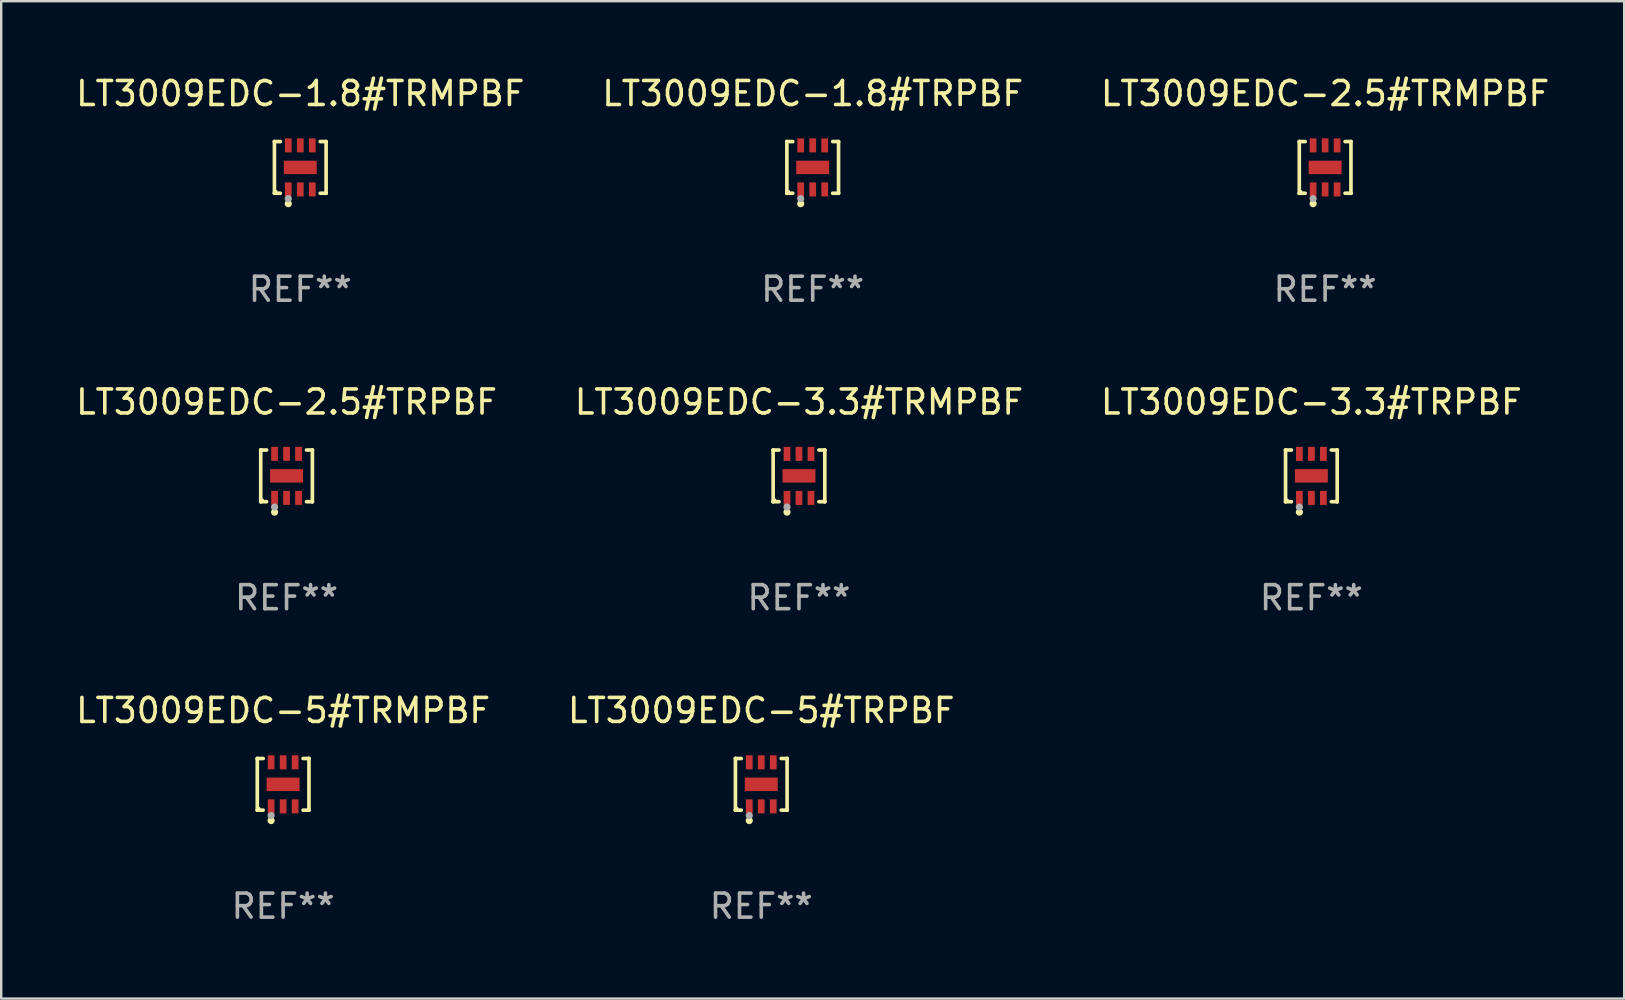
<source format=kicad_pcb>
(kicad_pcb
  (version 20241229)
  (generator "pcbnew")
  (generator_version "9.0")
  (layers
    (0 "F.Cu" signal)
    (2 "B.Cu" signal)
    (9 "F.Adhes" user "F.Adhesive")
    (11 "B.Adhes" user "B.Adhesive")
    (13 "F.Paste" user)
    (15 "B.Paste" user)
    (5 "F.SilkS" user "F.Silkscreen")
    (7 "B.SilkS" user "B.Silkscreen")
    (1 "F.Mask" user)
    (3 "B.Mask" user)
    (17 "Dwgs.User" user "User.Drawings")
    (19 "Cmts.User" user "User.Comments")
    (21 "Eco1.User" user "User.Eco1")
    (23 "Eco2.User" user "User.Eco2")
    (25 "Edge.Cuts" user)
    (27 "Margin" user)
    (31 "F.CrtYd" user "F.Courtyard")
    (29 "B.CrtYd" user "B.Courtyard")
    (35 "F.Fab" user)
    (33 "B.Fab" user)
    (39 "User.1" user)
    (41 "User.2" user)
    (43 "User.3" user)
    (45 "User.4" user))
  (footprint "LT3009EDC-2.5#TRMPBF"
    (layer "F.Cu")
    (at 52.149 3.924)
    (property "Reference" "LT3009EDC-2.5#TRMPBF" (at 0 -3.076 0) (layer "F.SilkS") (effects (font (size 1 1) (thickness 0.15))))
    (attr through_hole)
    (fp_line (start -1.076 -1.076) (end -1.076 -1.076) (stroke (width 0.152) (type solid)) (layer "F.SilkS"))
    (fp_line (start -1.076 -1.076) (end -0.831 -1.076) (stroke (width 0.152) (type solid)) (layer "F.SilkS"))
    (fp_line (start -1.076 1.076) (end -1.076 -1.076) (stroke (width 0.152) (type solid)) (layer "F.SilkS"))
    (fp_line (start -1.076 1.076) (end -1.076 1.076) (stroke (width 0.152) (type solid)) (layer "F.SilkS"))
    (fp_line (start -0.831 1.076) (end -1.076 1.076) (stroke (width 0.152) (type solid)) (layer "F.SilkS"))
    (fp_line (start 0.831 1.076) (end 1.076 1.076) (stroke (width 0.152) (type solid)) (layer "F.SilkS"))
    (fp_line (start 1.076 -1.076) (end 0.831 -1.076) (stroke (width 0.152) (type solid)) (layer "F.SilkS"))
    (fp_line (start 1.076 -1.076) (end 1.076 -1.076) (stroke (width 0.152) (type solid)) (layer "F.SilkS"))
    (fp_line (start 1.076 1.076) (end 1.076 -1.076) (stroke (width 0.152) (type solid)) (layer "F.SilkS"))
    (fp_line (start 1.076 1.076) (end 1.076 1.076) (stroke (width 0.152) (type solid)) (layer "F.SilkS"))
    (fp_circle (center -1 1) (end -0.97 1) (stroke (width 0.06) (type solid)) (fill no) (layer "F.SilkS"))
    (fp_circle (center -0.5 1.51) (end -0.425 1.51) (stroke (width 0.15) (type solid)) (fill no) (layer "F.SilkS"))
    (fp_circle (center -0.5 1.3) (end -0.425 1.3) (stroke (width 0.15) (type solid)) (fill no) (layer "F.Fab"))
    (fp_text user "REF**" (at 0 5.076 0) (layer "F.Fab") (effects (font (size 1 1) (thickness 0.15))))
    (pad "1" smd rect (at -0.5 0.917) (size 0.28 0.585) (layers "F.Cu" "F.Mask" "F.Paste"))
    (pad "2" smd rect (at 0 0.917) (size 0.28 0.585) (layers "F.Cu" "F.Mask" "F.Paste"))
    (pad "3" smd rect (at 0.5 0.917) (size 0.28 0.585) (layers "F.Cu" "F.Mask" "F.Paste"))
    (pad "4" smd rect (at 0.5 -0.917) (size 0.28 0.585) (layers "F.Cu" "F.Mask" "F.Paste"))
    (pad "5" smd rect (at 0 -0.917) (size 0.28 0.585) (layers "F.Cu" "F.Mask" "F.Paste"))
    (pad "6" smd rect (at -0.5 -0.917) (size 0.28 0.585) (layers "F.Cu" "F.Mask" "F.Paste"))
    (pad "7" smd rect (at 0 0) (size 1.37 0.56) (layers "F.Cu" "F.Mask" "F.Paste")))
  (footprint "LT3009EDC-5#TRPBF"
    (layer "F.Cu")
    (at 28.661 29.622)
    (property "Reference" "LT3009EDC-5#TRPBF" (at 0 -3.076 0) (layer "F.SilkS") (effects (font (size 1 1) (thickness 0.15))))
    (attr through_hole)
    (fp_line (start -1.076 -1.076) (end -1.076 -1.076) (stroke (width 0.152) (type solid)) (layer "F.SilkS"))
    (fp_line (start -1.076 -1.076) (end -0.831 -1.076) (stroke (width 0.152) (type solid)) (layer "F.SilkS"))
    (fp_line (start -1.076 1.076) (end -1.076 -1.076) (stroke (width 0.152) (type solid)) (layer "F.SilkS"))
    (fp_line (start -1.076 1.076) (end -1.076 1.076) (stroke (width 0.152) (type solid)) (layer "F.SilkS"))
    (fp_line (start -0.831 1.076) (end -1.076 1.076) (stroke (width 0.152) (type solid)) (layer "F.SilkS"))
    (fp_line (start 0.831 1.076) (end 1.076 1.076) (stroke (width 0.152) (type solid)) (layer "F.SilkS"))
    (fp_line (start 1.076 -1.076) (end 0.831 -1.076) (stroke (width 0.152) (type solid)) (layer "F.SilkS"))
    (fp_line (start 1.076 -1.076) (end 1.076 -1.076) (stroke (width 0.152) (type solid)) (layer "F.SilkS"))
    (fp_line (start 1.076 1.076) (end 1.076 -1.076) (stroke (width 0.152) (type solid)) (layer "F.SilkS"))
    (fp_line (start 1.076 1.076) (end 1.076 1.076) (stroke (width 0.152) (type solid)) (layer "F.SilkS"))
    (fp_circle (center -1 1) (end -0.97 1) (stroke (width 0.06) (type solid)) (fill no) (layer "F.SilkS"))
    (fp_circle (center -0.5 1.51) (end -0.425 1.51) (stroke (width 0.15) (type solid)) (fill no) (layer "F.SilkS"))
    (fp_circle (center -0.5 1.3) (end -0.425 1.3) (stroke (width 0.15) (type solid)) (fill no) (layer "F.Fab"))
    (fp_text user "REF**" (at 0 5.076 0) (layer "F.Fab") (effects (font (size 1 1) (thickness 0.15))))
    (pad "1" smd rect (at -0.5 0.917) (size 0.28 0.585) (layers "F.Cu" "F.Mask" "F.Paste"))
    (pad "2" smd rect (at 0 0.917) (size 0.28 0.585) (layers "F.Cu" "F.Mask" "F.Paste"))
    (pad "3" smd rect (at 0.5 0.917) (size 0.28 0.585) (layers "F.Cu" "F.Mask" "F.Paste"))
    (pad "4" smd rect (at 0.5 -0.917) (size 0.28 0.585) (layers "F.Cu" "F.Mask" "F.Paste"))
    (pad "5" smd rect (at 0 -0.917) (size 0.28 0.585) (layers "F.Cu" "F.Mask" "F.Paste"))
    (pad "6" smd rect (at -0.5 -0.917) (size 0.28 0.585) (layers "F.Cu" "F.Mask" "F.Paste"))
    (pad "7" smd rect (at 0 0) (size 1.37 0.56) (layers "F.Cu" "F.Mask" "F.Paste")))
  (footprint "LT3009EDC-5#TRMPBF"
    (layer "F.Cu")
    (at 8.744 29.622)
    (property "Reference" "LT3009EDC-5#TRMPBF" (at 0 -3.076 0) (layer "F.SilkS") (effects (font (size 1 1) (thickness 0.15))))
    (attr through_hole)
    (fp_line (start -1.076 -1.076) (end -1.076 -1.076) (stroke (width 0.152) (type solid)) (layer "F.SilkS"))
    (fp_line (start -1.076 -1.076) (end -0.831 -1.076) (stroke (width 0.152) (type solid)) (layer "F.SilkS"))
    (fp_line (start -1.076 1.076) (end -1.076 -1.076) (stroke (width 0.152) (type solid)) (layer "F.SilkS"))
    (fp_line (start -1.076 1.076) (end -1.076 1.076) (stroke (width 0.152) (type solid)) (layer "F.SilkS"))
    (fp_line (start -0.831 1.076) (end -1.076 1.076) (stroke (width 0.152) (type solid)) (layer "F.SilkS"))
    (fp_line (start 0.831 1.076) (end 1.076 1.076) (stroke (width 0.152) (type solid)) (layer "F.SilkS"))
    (fp_line (start 1.076 -1.076) (end 0.831 -1.076) (stroke (width 0.152) (type solid)) (layer "F.SilkS"))
    (fp_line (start 1.076 -1.076) (end 1.076 -1.076) (stroke (width 0.152) (type solid)) (layer "F.SilkS"))
    (fp_line (start 1.076 1.076) (end 1.076 -1.076) (stroke (width 0.152) (type solid)) (layer "F.SilkS"))
    (fp_line (start 1.076 1.076) (end 1.076 1.076) (stroke (width 0.152) (type solid)) (layer "F.SilkS"))
    (fp_circle (center -1 1) (end -0.97 1) (stroke (width 0.06) (type solid)) (fill no) (layer "F.SilkS"))
    (fp_circle (center -0.5 1.51) (end -0.425 1.51) (stroke (width 0.15) (type solid)) (fill no) (layer "F.SilkS"))
    (fp_circle (center -0.5 1.3) (end -0.425 1.3) (stroke (width 0.15) (type solid)) (fill no) (layer "F.Fab"))
    (fp_text user "REF**" (at 0 5.076 0) (layer "F.Fab") (effects (font (size 1 1) (thickness 0.15))))
    (pad "1" smd rect (at -0.5 0.917) (size 0.28 0.585) (layers "F.Cu" "F.Mask" "F.Paste"))
    (pad "2" smd rect (at 0 0.917) (size 0.28 0.585) (layers "F.Cu" "F.Mask" "F.Paste"))
    (pad "3" smd rect (at 0.5 0.917) (size 0.28 0.585) (layers "F.Cu" "F.Mask" "F.Paste"))
    (pad "4" smd rect (at 0.5 -0.917) (size 0.28 0.585) (layers "F.Cu" "F.Mask" "F.Paste"))
    (pad "5" smd rect (at 0 -0.917) (size 0.28 0.585) (layers "F.Cu" "F.Mask" "F.Paste"))
    (pad "6" smd rect (at -0.5 -0.917) (size 0.28 0.585) (layers "F.Cu" "F.Mask" "F.Paste"))
    (pad "7" smd rect (at 0 0) (size 1.37 0.56) (layers "F.Cu" "F.Mask" "F.Paste")))
  (footprint "LT3009EDC-3.3#TRPBF"
    (layer "F.Cu")
    (at 51.577 16.773)
    (property "Reference" "LT3009EDC-3.3#TRPBF" (at 0 -3.076 0) (layer "F.SilkS") (effects (font (size 1 1) (thickness 0.15))))
    (attr through_hole)
    (fp_line (start -1.076 -1.076) (end -1.076 -1.076) (stroke (width 0.152) (type solid)) (layer "F.SilkS"))
    (fp_line (start -1.076 -1.076) (end -0.831 -1.076) (stroke (width 0.152) (type solid)) (layer "F.SilkS"))
    (fp_line (start -1.076 1.076) (end -1.076 -1.076) (stroke (width 0.152) (type solid)) (layer "F.SilkS"))
    (fp_line (start -1.076 1.076) (end -1.076 1.076) (stroke (width 0.152) (type solid)) (layer "F.SilkS"))
    (fp_line (start -0.831 1.076) (end -1.076 1.076) (stroke (width 0.152) (type solid)) (layer "F.SilkS"))
    (fp_line (start 0.831 1.076) (end 1.076 1.076) (stroke (width 0.152) (type solid)) (layer "F.SilkS"))
    (fp_line (start 1.076 -1.076) (end 0.831 -1.076) (stroke (width 0.152) (type solid)) (layer "F.SilkS"))
    (fp_line (start 1.076 -1.076) (end 1.076 -1.076) (stroke (width 0.152) (type solid)) (layer "F.SilkS"))
    (fp_line (start 1.076 1.076) (end 1.076 -1.076) (stroke (width 0.152) (type solid)) (layer "F.SilkS"))
    (fp_line (start 1.076 1.076) (end 1.076 1.076) (stroke (width 0.152) (type solid)) (layer "F.SilkS"))
    (fp_circle (center -1 1) (end -0.97 1) (stroke (width 0.06) (type solid)) (fill no) (layer "F.SilkS"))
    (fp_circle (center -0.5 1.51) (end -0.425 1.51) (stroke (width 0.15) (type solid)) (fill no) (layer "F.SilkS"))
    (fp_circle (center -0.5 1.3) (end -0.425 1.3) (stroke (width 0.15) (type solid)) (fill no) (layer "F.Fab"))
    (fp_text user "REF**" (at 0 5.076 0) (layer "F.Fab") (effects (font (size 1 1) (thickness 0.15))))
    (pad "1" smd rect (at -0.5 0.917) (size 0.28 0.585) (layers "F.Cu" "F.Mask" "F.Paste"))
    (pad "2" smd rect (at 0 0.917) (size 0.28 0.585) (layers "F.Cu" "F.Mask" "F.Paste"))
    (pad "3" smd rect (at 0.5 0.917) (size 0.28 0.585) (layers "F.Cu" "F.Mask" "F.Paste"))
    (pad "4" smd rect (at 0.5 -0.917) (size 0.28 0.585) (layers "F.Cu" "F.Mask" "F.Paste"))
    (pad "5" smd rect (at 0 -0.917) (size 0.28 0.585) (layers "F.Cu" "F.Mask" "F.Paste"))
    (pad "6" smd rect (at -0.5 -0.917) (size 0.28 0.585) (layers "F.Cu" "F.Mask" "F.Paste"))
    (pad "7" smd rect (at 0 0) (size 1.37 0.56) (layers "F.Cu" "F.Mask" "F.Paste")))
  (footprint "LT3009EDC-1.8#TRMPBF"
    (layer "F.Cu")
    (at 9.458 3.924)
    (property "Reference" "LT3009EDC-1.8#TRMPBF" (at 0 -3.076 0) (layer "F.SilkS") (effects (font (size 1 1) (thickness 0.15))))
    (attr through_hole)
    (fp_line (start -1.076 -1.076) (end -1.076 -1.076) (stroke (width 0.152) (type solid)) (layer "F.SilkS"))
    (fp_line (start -1.076 -1.076) (end -0.831 -1.076) (stroke (width 0.152) (type solid)) (layer "F.SilkS"))
    (fp_line (start -1.076 1.076) (end -1.076 -1.076) (stroke (width 0.152) (type solid)) (layer "F.SilkS"))
    (fp_line (start -1.076 1.076) (end -1.076 1.076) (stroke (width 0.152) (type solid)) (layer "F.SilkS"))
    (fp_line (start -0.831 1.076) (end -1.076 1.076) (stroke (width 0.152) (type solid)) (layer "F.SilkS"))
    (fp_line (start 0.831 1.076) (end 1.076 1.076) (stroke (width 0.152) (type solid)) (layer "F.SilkS"))
    (fp_line (start 1.076 -1.076) (end 0.831 -1.076) (stroke (width 0.152) (type solid)) (layer "F.SilkS"))
    (fp_line (start 1.076 -1.076) (end 1.076 -1.076) (stroke (width 0.152) (type solid)) (layer "F.SilkS"))
    (fp_line (start 1.076 1.076) (end 1.076 -1.076) (stroke (width 0.152) (type solid)) (layer "F.SilkS"))
    (fp_line (start 1.076 1.076) (end 1.076 1.076) (stroke (width 0.152) (type solid)) (layer "F.SilkS"))
    (fp_circle (center -1 1) (end -0.97 1) (stroke (width 0.06) (type solid)) (fill no) (layer "F.SilkS"))
    (fp_circle (center -0.5 1.51) (end -0.425 1.51) (stroke (width 0.15) (type solid)) (fill no) (layer "F.SilkS"))
    (fp_circle (center -0.5 1.3) (end -0.425 1.3) (stroke (width 0.15) (type solid)) (fill no) (layer "F.Fab"))
    (fp_text user "REF**" (at 0 5.076 0) (layer "F.Fab") (effects (font (size 1 1) (thickness 0.15))))
    (pad "1" smd rect (at -0.5 0.917) (size 0.28 0.585) (layers "F.Cu" "F.Mask" "F.Paste"))
    (pad "2" smd rect (at 0 0.917) (size 0.28 0.585) (layers "F.Cu" "F.Mask" "F.Paste"))
    (pad "3" smd rect (at 0.5 0.917) (size 0.28 0.585) (layers "F.Cu" "F.Mask" "F.Paste"))
    (pad "4" smd rect (at 0.5 -0.917) (size 0.28 0.585) (layers "F.Cu" "F.Mask" "F.Paste"))
    (pad "5" smd rect (at 0 -0.917) (size 0.28 0.585) (layers "F.Cu" "F.Mask" "F.Paste"))
    (pad "6" smd rect (at -0.5 -0.917) (size 0.28 0.585) (layers "F.Cu" "F.Mask" "F.Paste"))
    (pad "7" smd rect (at 0 0) (size 1.37 0.56) (layers "F.Cu" "F.Mask" "F.Paste")))
  (footprint "LT3009EDC-1.8#TRPBF"
    (layer "F.Cu")
    (at 30.804 3.924)
    (property "Reference" "LT3009EDC-1.8#TRPBF" (at 0 -3.076 0) (layer "F.SilkS") (effects (font (size 1 1) (thickness 0.15))))
    (attr through_hole)
    (fp_line (start -1.076 -1.076) (end -1.076 -1.076) (stroke (width 0.152) (type solid)) (layer "F.SilkS"))
    (fp_line (start -1.076 -1.076) (end -0.831 -1.076) (stroke (width 0.152) (type solid)) (layer "F.SilkS"))
    (fp_line (start -1.076 1.076) (end -1.076 -1.076) (stroke (width 0.152) (type solid)) (layer "F.SilkS"))
    (fp_line (start -1.076 1.076) (end -1.076 1.076) (stroke (width 0.152) (type solid)) (layer "F.SilkS"))
    (fp_line (start -0.831 1.076) (end -1.076 1.076) (stroke (width 0.152) (type solid)) (layer "F.SilkS"))
    (fp_line (start 0.831 1.076) (end 1.076 1.076) (stroke (width 0.152) (type solid)) (layer "F.SilkS"))
    (fp_line (start 1.076 -1.076) (end 0.831 -1.076) (stroke (width 0.152) (type solid)) (layer "F.SilkS"))
    (fp_line (start 1.076 -1.076) (end 1.076 -1.076) (stroke (width 0.152) (type solid)) (layer "F.SilkS"))
    (fp_line (start 1.076 1.076) (end 1.076 -1.076) (stroke (width 0.152) (type solid)) (layer "F.SilkS"))
    (fp_line (start 1.076 1.076) (end 1.076 1.076) (stroke (width 0.152) (type solid)) (layer "F.SilkS"))
    (fp_circle (center -1 1) (end -0.97 1) (stroke (width 0.06) (type solid)) (fill no) (layer "F.SilkS"))
    (fp_circle (center -0.5 1.51) (end -0.425 1.51) (stroke (width 0.15) (type solid)) (fill no) (layer "F.SilkS"))
    (fp_circle (center -0.5 1.3) (end -0.425 1.3) (stroke (width 0.15) (type solid)) (fill no) (layer "F.Fab"))
    (fp_text user "REF**" (at 0 5.076 0) (layer "F.Fab") (effects (font (size 1 1) (thickness 0.15))))
    (pad "1" smd rect (at -0.5 0.917) (size 0.28 0.585) (layers "F.Cu" "F.Mask" "F.Paste"))
    (pad "2" smd rect (at 0 0.917) (size 0.28 0.585) (layers "F.Cu" "F.Mask" "F.Paste"))
    (pad "3" smd rect (at 0.5 0.917) (size 0.28 0.585) (layers "F.Cu" "F.Mask" "F.Paste"))
    (pad "4" smd rect (at 0.5 -0.917) (size 0.28 0.585) (layers "F.Cu" "F.Mask" "F.Paste"))
    (pad "5" smd rect (at 0 -0.917) (size 0.28 0.585) (layers "F.Cu" "F.Mask" "F.Paste"))
    (pad "6" smd rect (at -0.5 -0.917) (size 0.28 0.585) (layers "F.Cu" "F.Mask" "F.Paste"))
    (pad "7" smd rect (at 0 0) (size 1.37 0.56) (layers "F.Cu" "F.Mask" "F.Paste")))
  (footprint "LT3009EDC-2.5#TRPBF"
    (layer "F.Cu")
    (at 8.887 16.773)
    (property "Reference" "LT3009EDC-2.5#TRPBF" (at 0 -3.076 0) (layer "F.SilkS") (effects (font (size 1 1) (thickness 0.15))))
    (attr through_hole)
    (fp_line (start -1.076 -1.076) (end -1.076 -1.076) (stroke (width 0.152) (type solid)) (layer "F.SilkS"))
    (fp_line (start -1.076 -1.076) (end -0.831 -1.076) (stroke (width 0.152) (type solid)) (layer "F.SilkS"))
    (fp_line (start -1.076 1.076) (end -1.076 -1.076) (stroke (width 0.152) (type solid)) (layer "F.SilkS"))
    (fp_line (start -1.076 1.076) (end -1.076 1.076) (stroke (width 0.152) (type solid)) (layer "F.SilkS"))
    (fp_line (start -0.831 1.076) (end -1.076 1.076) (stroke (width 0.152) (type solid)) (layer "F.SilkS"))
    (fp_line (start 0.831 1.076) (end 1.076 1.076) (stroke (width 0.152) (type solid)) (layer "F.SilkS"))
    (fp_line (start 1.076 -1.076) (end 0.831 -1.076) (stroke (width 0.152) (type solid)) (layer "F.SilkS"))
    (fp_line (start 1.076 -1.076) (end 1.076 -1.076) (stroke (width 0.152) (type solid)) (layer "F.SilkS"))
    (fp_line (start 1.076 1.076) (end 1.076 -1.076) (stroke (width 0.152) (type solid)) (layer "F.SilkS"))
    (fp_line (start 1.076 1.076) (end 1.076 1.076) (stroke (width 0.152) (type solid)) (layer "F.SilkS"))
    (fp_circle (center -1 1) (end -0.97 1) (stroke (width 0.06) (type solid)) (fill no) (layer "F.SilkS"))
    (fp_circle (center -0.5 1.51) (end -0.425 1.51) (stroke (width 0.15) (type solid)) (fill no) (layer "F.SilkS"))
    (fp_circle (center -0.5 1.3) (end -0.425 1.3) (stroke (width 0.15) (type solid)) (fill no) (layer "F.Fab"))
    (fp_text user "REF**" (at 0 5.076 0) (layer "F.Fab") (effects (font (size 1 1) (thickness 0.15))))
    (pad "1" smd rect (at -0.5 0.917) (size 0.28 0.585) (layers "F.Cu" "F.Mask" "F.Paste"))
    (pad "2" smd rect (at 0 0.917) (size 0.28 0.585) (layers "F.Cu" "F.Mask" "F.Paste"))
    (pad "3" smd rect (at 0.5 0.917) (size 0.28 0.585) (layers "F.Cu" "F.Mask" "F.Paste"))
    (pad "4" smd rect (at 0.5 -0.917) (size 0.28 0.585) (layers "F.Cu" "F.Mask" "F.Paste"))
    (pad "5" smd rect (at 0 -0.917) (size 0.28 0.585) (layers "F.Cu" "F.Mask" "F.Paste"))
    (pad "6" smd rect (at -0.5 -0.917) (size 0.28 0.585) (layers "F.Cu" "F.Mask" "F.Paste"))
    (pad "7" smd rect (at 0 0) (size 1.37 0.56) (layers "F.Cu" "F.Mask" "F.Paste")))
  (footprint "LT3009EDC-3.3#TRMPBF"
    (layer "F.Cu")
    (at 30.232 16.773)
    (property "Reference" "LT3009EDC-3.3#TRMPBF" (at 0 -3.076 0) (layer "F.SilkS") (effects (font (size 1 1) (thickness 0.15))))
    (attr through_hole)
    (fp_line (start -1.076 -1.076) (end -1.076 -1.076) (stroke (width 0.152) (type solid)) (layer "F.SilkS"))
    (fp_line (start -1.076 -1.076) (end -0.831 -1.076) (stroke (width 0.152) (type solid)) (layer "F.SilkS"))
    (fp_line (start -1.076 1.076) (end -1.076 -1.076) (stroke (width 0.152) (type solid)) (layer "F.SilkS"))
    (fp_line (start -1.076 1.076) (end -1.076 1.076) (stroke (width 0.152) (type solid)) (layer "F.SilkS"))
    (fp_line (start -0.831 1.076) (end -1.076 1.076) (stroke (width 0.152) (type solid)) (layer "F.SilkS"))
    (fp_line (start 0.831 1.076) (end 1.076 1.076) (stroke (width 0.152) (type solid)) (layer "F.SilkS"))
    (fp_line (start 1.076 -1.076) (end 0.831 -1.076) (stroke (width 0.152) (type solid)) (layer "F.SilkS"))
    (fp_line (start 1.076 -1.076) (end 1.076 -1.076) (stroke (width 0.152) (type solid)) (layer "F.SilkS"))
    (fp_line (start 1.076 1.076) (end 1.076 -1.076) (stroke (width 0.152) (type solid)) (layer "F.SilkS"))
    (fp_line (start 1.076 1.076) (end 1.076 1.076) (stroke (width 0.152) (type solid)) (layer "F.SilkS"))
    (fp_circle (center -1 1) (end -0.97 1) (stroke (width 0.06) (type solid)) (fill no) (layer "F.SilkS"))
    (fp_circle (center -0.5 1.51) (end -0.425 1.51) (stroke (width 0.15) (type solid)) (fill no) (layer "F.SilkS"))
    (fp_circle (center -0.5 1.3) (end -0.425 1.3) (stroke (width 0.15) (type solid)) (fill no) (layer "F.Fab"))
    (fp_text user "REF**" (at 0 5.076 0) (layer "F.Fab") (effects (font (size 1 1) (thickness 0.15))))
    (pad "1" smd rect (at -0.5 0.917) (size 0.28 0.585) (layers "F.Cu" "F.Mask" "F.Paste"))
    (pad "2" smd rect (at 0 0.917) (size 0.28 0.585) (layers "F.Cu" "F.Mask" "F.Paste"))
    (pad "3" smd rect (at 0.5 0.917) (size 0.28 0.585) (layers "F.Cu" "F.Mask" "F.Paste"))
    (pad "4" smd rect (at 0.5 -0.917) (size 0.28 0.585) (layers "F.Cu" "F.Mask" "F.Paste"))
    (pad "5" smd rect (at 0 -0.917) (size 0.28 0.585) (layers "F.Cu" "F.Mask" "F.Paste"))
    (pad "6" smd rect (at -0.5 -0.917) (size 0.28 0.585) (layers "F.Cu" "F.Mask" "F.Paste"))
    (pad "7" smd rect (at 0 0) (size 1.37 0.56) (layers "F.Cu" "F.Mask" "F.Paste")))
  (gr_rect
    (start -3 -3)
    (end 64.607 38.547)
    (stroke (width 0.1) (type default))
    (fill no)
    (layer "Edge.Cuts")))
</source>
